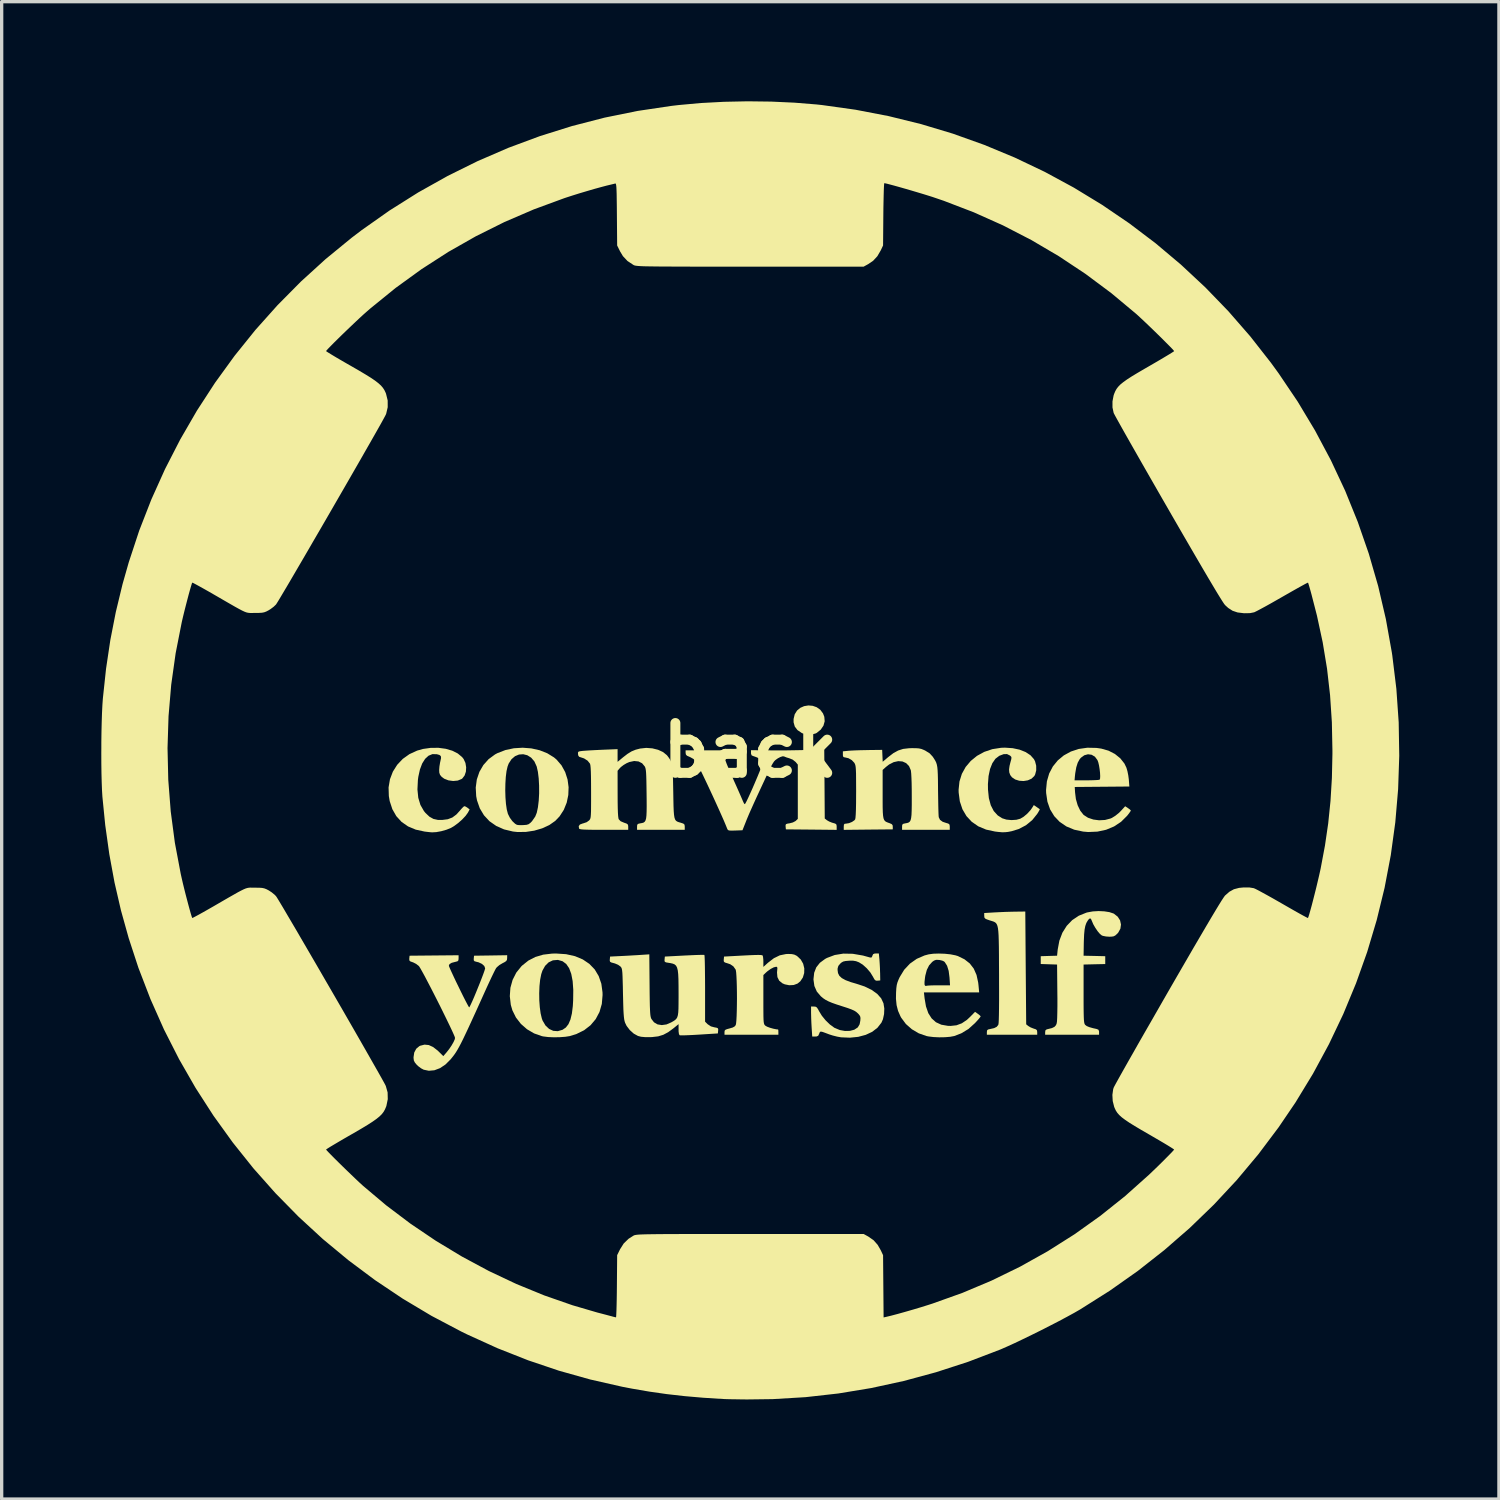
<source format=kicad_pcb>
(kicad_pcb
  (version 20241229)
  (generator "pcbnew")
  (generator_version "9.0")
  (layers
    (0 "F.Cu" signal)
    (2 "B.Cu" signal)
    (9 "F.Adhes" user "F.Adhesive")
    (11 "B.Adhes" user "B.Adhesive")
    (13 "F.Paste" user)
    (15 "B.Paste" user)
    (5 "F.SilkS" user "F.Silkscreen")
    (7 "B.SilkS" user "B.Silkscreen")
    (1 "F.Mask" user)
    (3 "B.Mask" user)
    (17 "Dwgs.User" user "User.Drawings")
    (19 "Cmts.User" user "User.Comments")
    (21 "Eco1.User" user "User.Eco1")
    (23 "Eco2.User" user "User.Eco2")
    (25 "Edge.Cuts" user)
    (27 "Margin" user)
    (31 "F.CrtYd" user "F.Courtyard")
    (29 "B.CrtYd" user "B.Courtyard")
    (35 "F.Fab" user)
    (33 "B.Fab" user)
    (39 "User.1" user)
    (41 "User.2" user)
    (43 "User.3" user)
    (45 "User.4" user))
  (footprint "back"
    (layer "F.Cu")
    (at 19.534 19.54)
    (property "Reference" "back" (at 0 0 0) (layer "F.SilkS") (effects (font (size 1.5 1.5) (thickness 0.3))))
    (attr board_only exclude_from_pos_files exclude_from_bom)
    (fp_poly (pts (xy -3.243 -6.998) (xy -3.071 -6.978) (xy -2.98 -6.958) (xy -2.667 -6.846) (xy -2.381 -6.69) (xy -2.127 -6.494) (xy -1.907 -6.26) (xy -1.753 -6.037) (xy -1.611 -5.749) (xy -1.519 -5.452) (xy -1.475 -5.15) (xy -1.478 -4.848) (xy -1.526 -4.552) (xy -1.617 -4.267) (xy -1.75 -3.997) (xy -1.924 -3.747) (xy -2.137 -3.523) (xy -2.387 -3.33) (xy -2.597 -3.209) (xy -2.821 -3.119) (xy -3.075 -3.056) (xy -3.343 -3.021) (xy -3.607 -3.016) (xy -3.844 -3.042) (xy -4.142 -3.123) (xy -4.416 -3.248) (xy -4.672 -3.419) (xy -4.88 -3.604) (xy -5.089 -3.842) (xy -5.251 -4.092) (xy -5.367 -4.363) (xy -5.441 -4.645) (xy -5.475 -4.961) (xy -5.46 -5.271) (xy -5.397 -5.57) (xy -5.289 -5.854) (xy -5.14 -6.118) (xy -4.952 -6.357) (xy -4.728 -6.568) (xy -4.47 -6.745) (xy -4.182 -6.885) (xy -3.961 -6.958) (xy -3.814 -6.986) (xy -3.632 -7.002) (xy -3.436 -7.006)) (stroke (width 0) (type solid)) (fill yes) (layer "F.Mask"))
    (fp_poly (pts (xy 3.568 -7.006) (xy 3.777 -6.989) (xy 3.961 -6.957) (xy 3.998 -6.947) (xy 4.304 -6.833) (xy 4.583 -6.677) (xy 4.831 -6.481) (xy 5.045 -6.25) (xy 5.22 -5.988) (xy 5.353 -5.7) (xy 5.439 -5.389) (xy 5.441 -5.382) (xy 5.475 -5.062) (xy 5.458 -4.743) (xy 5.388 -4.43) (xy 5.266 -4.125) (xy 5.183 -3.97) (xy 5.102 -3.855) (xy 4.991 -3.724) (xy 4.862 -3.589) (xy 4.727 -3.463) (xy 4.6 -3.359) (xy 4.516 -3.302) (xy 4.228 -3.161) (xy 3.925 -3.065) (xy 3.617 -3.015) (xy 3.311 -3.013) (xy 3.205 -3.024) (xy 2.894 -3.093) (xy 2.606 -3.206) (xy 2.342 -3.36) (xy 2.108 -3.55) (xy 1.904 -3.771) (xy 1.736 -4.02) (xy 1.606 -4.29) (xy 1.518 -4.579) (xy 1.475 -4.882) (xy 1.48 -5.194) (xy 1.5 -5.342) (xy 1.582 -5.663) (xy 1.709 -5.958) (xy 1.878 -6.225) (xy 2.087 -6.46) (xy 2.333 -6.659) (xy 2.612 -6.821) (xy 2.922 -6.941) (xy 2.98 -6.958) (xy 3.151 -6.991) (xy 3.353 -7.006)) (stroke (width 0) (type solid)) (fill yes) (layer "F.Mask"))
    (fp_poly (pts (xy 0.218 -13.011) (xy 0.402 -12.99) (xy 0.57 -12.951) (xy 0.74 -12.889) (xy 0.865 -12.833) (xy 1.142 -12.672) (xy 1.385 -12.472) (xy 1.592 -12.239) (xy 1.76 -11.976) (xy 1.884 -11.689) (xy 1.964 -11.382) (xy 1.994 -11.06) (xy 1.995 -11.024) (xy 1.976 -10.733) (xy 1.918 -10.46) (xy 1.816 -10.189) (xy 1.777 -10.107) (xy 1.717 -9.996) (xy 1.654 -9.899) (xy 1.577 -9.803) (xy 1.475 -9.692) (xy 1.411 -9.627) (xy 1.203 -9.438) (xy 0.997 -9.293) (xy 0.779 -9.182) (xy 0.536 -9.099) (xy 0.532 -9.098) (xy 0.372 -9.064) (xy 0.187 -9.04) (xy -0.003 -9.028) (xy -0.176 -9.03) (xy -0.28 -9.041) (xy -0.577 -9.108) (xy -0.844 -9.211) (xy -1.091 -9.355) (xy -1.327 -9.546) (xy -1.411 -9.627) (xy -1.529 -9.749) (xy -1.618 -9.851) (xy -1.687 -9.946) (xy -1.747 -10.048) (xy -1.777 -10.107) (xy -1.894 -10.386) (xy -1.965 -10.662) (xy -1.994 -10.951) (xy -1.995 -11.017) (xy -1.977 -11.309) (xy -1.923 -11.576) (xy -1.827 -11.837) (xy -1.81 -11.875) (xy -1.651 -12.154) (xy -1.452 -12.403) (xy -1.217 -12.616) (xy -0.953 -12.789) (xy -0.87 -12.831) (xy -0.688 -12.91) (xy -0.521 -12.965) (xy -0.35 -12.998) (xy -0.159 -13.014) (xy 0 -13.017)) (stroke (width 0) (type solid)) (fill yes) (layer "F.Mask"))
    (fp_poly (pts (xy 1.883 -1.34) (xy 2.005 -1.297) (xy 2.112 -1.221) (xy 2.194 -1.112) (xy 2.234 -1.009) (xy 2.245 -0.874) (xy 2.208 -0.742) (xy 2.127 -0.623) (xy 2.009 -0.527) (xy 1.977 -0.509) (xy 1.897 -0.487) (xy 1.789 -0.48) (xy 1.676 -0.488) (xy 1.58 -0.51) (xy 1.556 -0.521) (xy 1.426 -0.609) (xy 1.345 -0.715) (xy 1.309 -0.843) (xy 1.309 -0.944) (xy 1.343 -1.085) (xy 1.413 -1.197) (xy 1.511 -1.279) (xy 1.627 -1.33) (xy 1.755 -1.351)) (stroke (width 0) (type solid)) (fill yes) (layer "F.SilkS"))
    (fp_poly (pts (xy 8.298 6.552) (xy 8.312 8.25) (xy 8.374 8.3) (xy 8.442 8.341) (xy 8.527 8.375) (xy 8.54 8.379) (xy 8.608 8.402) (xy 8.637 8.433) (xy 8.644 8.485) (xy 8.644 8.564) (xy 7.886 8.564) (xy 7.128 8.564) (xy 7.128 8.486) (xy 7.134 8.433) (xy 7.163 8.406) (xy 7.228 8.391) (xy 7.347 8.364) (xy 7.423 8.326) (xy 7.468 8.272) (xy 7.475 8.255) (xy 7.482 8.21) (xy 7.487 8.114) (xy 7.491 7.967) (xy 7.494 7.772) (xy 7.496 7.53) (xy 7.496 7.243) (xy 7.495 6.912) (xy 7.495 6.753) (xy 7.493 6.428) (xy 7.492 6.152) (xy 7.49 5.92) (xy 7.486 5.729) (xy 7.481 5.574) (xy 7.473 5.452) (xy 7.462 5.357) (xy 7.446 5.286) (xy 7.425 5.235) (xy 7.399 5.199) (xy 7.366 5.174) (xy 7.326 5.155) (xy 7.279 5.14) (xy 7.222 5.123) (xy 7.213 5.12) (xy 7.124 5.089) (xy 7.075 5.064) (xy 7.054 5.034) (xy 7.049 4.99) (xy 7.049 4.983) (xy 7.048 4.899) (xy 7.347 4.881) (xy 7.507 4.873) (xy 7.692 4.865) (xy 7.873 4.86) (xy 7.966 4.858) (xy 8.285 4.854)) (stroke (width 0) (type solid)) (fill yes) (layer "F.SilkS"))
    (fp_poly (pts (xy -5.54 6.138) (xy -5.272 6.198) (xy -5.038 6.296) (xy -4.84 6.43) (xy -4.679 6.597) (xy -4.559 6.797) (xy -4.479 7.028) (xy -4.444 7.287) (xy -4.442 7.368) (xy -4.465 7.636) (xy -4.535 7.879) (xy -4.649 8.093) (xy -4.804 8.277) (xy -4.998 8.428) (xy -5.23 8.542) (xy -5.43 8.604) (xy -5.565 8.625) (xy -5.73 8.637) (xy -5.908 8.64) (xy -6.078 8.633) (xy -6.223 8.615) (xy -6.268 8.606) (xy -6.504 8.523) (xy -6.717 8.398) (xy -6.901 8.237) (xy -7.05 8.045) (xy -7.157 7.829) (xy -7.205 7.665) (xy -7.235 7.403) (xy -7.229 7.315) (xy -6.35 7.315) (xy -6.347 7.53) (xy -6.332 7.736) (xy -6.307 7.921) (xy -6.271 8.073) (xy -6.248 8.137) (xy -6.161 8.285) (xy -6.052 8.388) (xy -5.927 8.446) (xy -5.791 8.456) (xy -5.649 8.415) (xy -5.647 8.414) (xy -5.549 8.347) (xy -5.47 8.246) (xy -5.41 8.107) (xy -5.366 7.926) (xy -5.338 7.701) (xy -5.328 7.527) (xy -5.324 7.214) (xy -5.343 6.949) (xy -5.385 6.731) (xy -5.449 6.56) (xy -5.536 6.433) (xy -5.646 6.351) (xy -5.781 6.312) (xy -5.795 6.311) (xy -5.938 6.323) (xy -6.066 6.384) (xy -6.172 6.489) (xy -6.253 6.634) (xy -6.289 6.742) (xy -6.322 6.909) (xy -6.342 7.104) (xy -6.35 7.315) (xy -7.229 7.315) (xy -7.217 7.15) (xy -7.151 6.912) (xy -7.04 6.693) (xy -6.885 6.501) (xy -6.863 6.48) (xy -6.675 6.33) (xy -6.466 6.222) (xy -6.229 6.152) (xy -5.96 6.12) (xy -5.839 6.118)) (stroke (width 0) (type solid)) (fill yes) (layer "F.SilkS"))
    (fp_poly (pts (xy -6.587 -0.058) (xy -6.337 -0.002) (xy -6.107 0.089) (xy -5.906 0.213) (xy -5.829 0.278) (xy -5.678 0.454) (xy -5.567 0.657) (xy -5.496 0.879) (xy -5.465 1.111) (xy -5.474 1.346) (xy -5.522 1.576) (xy -5.61 1.793) (xy -5.737 1.989) (xy -5.867 2.125) (xy -6.045 2.25) (xy -6.26 2.349) (xy -6.499 2.419) (xy -6.75 2.457) (xy -7.004 2.46) (xy -7.14 2.445) (xy -7.409 2.381) (xy -7.645 2.276) (xy -7.848 2.134) (xy -8.013 1.956) (xy -8.139 1.746) (xy -8.223 1.506) (xy -8.247 1.38) (xy -8.256 1.209) (xy -7.372 1.209) (xy -7.366 1.417) (xy -7.351 1.611) (xy -7.327 1.778) (xy -7.294 1.906) (xy -7.291 1.916) (xy -7.234 2.029) (xy -7.159 2.132) (xy -7.076 2.211) (xy -7.022 2.243) (xy -6.974 2.251) (xy -6.894 2.253) (xy -6.825 2.251) (xy -6.732 2.244) (xy -6.67 2.225) (xy -6.616 2.185) (xy -6.567 2.135) (xy -6.469 1.994) (xy -6.423 1.879) (xy -6.388 1.714) (xy -6.364 1.513) (xy -6.352 1.292) (xy -6.353 1.064) (xy -6.365 0.845) (xy -6.389 0.649) (xy -6.425 0.49) (xy -6.426 0.486) (xy -6.496 0.333) (xy -6.593 0.221) (xy -6.707 0.149) (xy -6.831 0.118) (xy -6.958 0.127) (xy -7.078 0.177) (xy -7.184 0.268) (xy -7.269 0.399) (xy -7.302 0.487) (xy -7.334 0.626) (xy -7.356 0.802) (xy -7.368 1) (xy -7.372 1.209) (xy -8.256 1.209) (xy -8.261 1.123) (xy -8.228 0.877) (xy -8.15 0.648) (xy -8.031 0.443) (xy -7.873 0.266) (xy -7.68 0.124) (xy -7.607 0.085) (xy -7.367 -0.008) (xy -7.112 -0.062) (xy -6.849 -0.078)) (stroke (width 0) (type solid)) (fill yes) (layer "F.SilkS"))
    (fp_poly (pts (xy 7.906 -0.064) (xy 8.115 -0.019) (xy 8.296 0.053) (xy 8.441 0.149) (xy 8.545 0.266) (xy 8.579 0.332) (xy 8.613 0.464) (xy 8.614 0.602) (xy 8.582 0.726) (xy 8.557 0.774) (xy 8.473 0.854) (xy 8.361 0.904) (xy 8.233 0.925) (xy 8.102 0.916) (xy 7.981 0.878) (xy 7.883 0.812) (xy 7.833 0.746) (xy 7.803 0.666) (xy 7.796 0.577) (xy 7.811 0.467) (xy 7.837 0.363) (xy 7.861 0.276) (xy 7.869 0.224) (xy 7.86 0.192) (xy 7.833 0.165) (xy 7.821 0.156) (xy 7.735 0.113) (xy 7.633 0.116) (xy 7.508 0.163) (xy 7.501 0.166) (xy 7.386 0.254) (xy 7.293 0.388) (xy 7.224 0.562) (xy 7.179 0.774) (xy 7.16 1.019) (xy 7.162 1.184) (xy 7.188 1.44) (xy 7.246 1.655) (xy 7.335 1.828) (xy 7.456 1.961) (xy 7.589 2.046) (xy 7.716 2.086) (xy 7.867 2.101) (xy 8.018 2.091) (xy 8.133 2.06) (xy 8.235 2) (xy 8.344 1.908) (xy 8.442 1.801) (xy 8.488 1.735) (xy 8.542 1.649) (xy 8.626 1.707) (xy 8.683 1.746) (xy 8.717 1.77) (xy 8.721 1.772) (xy 8.713 1.797) (xy 8.682 1.852) (xy 8.644 1.914) (xy 8.494 2.101) (xy 8.306 2.255) (xy 8.09 2.369) (xy 7.88 2.434) (xy 7.769 2.456) (xy 7.676 2.466) (xy 7.583 2.467) (xy 7.47 2.457) (xy 7.372 2.445) (xy 7.105 2.387) (xy 6.871 2.289) (xy 6.674 2.153) (xy 6.514 1.981) (xy 6.393 1.775) (xy 6.314 1.538) (xy 6.279 1.271) (xy 6.277 1.187) (xy 6.303 0.939) (xy 6.375 0.709) (xy 6.49 0.501) (xy 6.644 0.319) (xy 6.832 0.166) (xy 7.05 0.047) (xy 7.293 -0.035) (xy 7.558 -0.076) (xy 7.673 -0.08)) (stroke (width 0) (type solid)) (fill yes) (layer "F.SilkS"))
    (fp_poly (pts (xy -9.165 -0.046) (xy -8.969 0.011) (xy -8.802 0.095) (xy -8.672 0.203) (xy -8.626 0.261) (xy -8.571 0.38) (xy -8.549 0.511) (xy -8.557 0.642) (xy -8.596 0.758) (xy -8.663 0.846) (xy -8.685 0.863) (xy -8.802 0.911) (xy -8.94 0.924) (xy -9.082 0.905) (xy -9.21 0.855) (xy -9.287 0.798) (xy -9.336 0.738) (xy -9.358 0.672) (xy -9.362 0.594) (xy -9.354 0.488) (xy -9.335 0.371) (xy -9.325 0.327) (xy -9.305 0.232) (xy -9.312 0.174) (xy -9.353 0.14) (xy -9.434 0.117) (xy -9.435 0.117) (xy -9.566 0.115) (xy -9.683 0.163) (xy -9.786 0.258) (xy -9.873 0.397) (xy -9.941 0.577) (xy -9.989 0.795) (xy -10.002 0.892) (xy -10.016 1.178) (xy -9.991 1.429) (xy -9.926 1.645) (xy -9.821 1.828) (xy -9.773 1.887) (xy -9.654 1.999) (xy -9.534 2.066) (xy -9.398 2.096) (xy -9.271 2.097) (xy -9.102 2.075) (xy -8.965 2.023) (xy -8.845 1.934) (xy -8.753 1.833) (xy -8.69 1.76) (xy -8.638 1.706) (xy -8.607 1.683) (xy -8.607 1.682) (xy -8.567 1.693) (xy -8.512 1.727) (xy -8.511 1.728) (xy -8.445 1.779) (xy -8.495 1.874) (xy -8.565 1.972) (xy -8.668 2.082) (xy -8.79 2.19) (xy -8.918 2.284) (xy -9.008 2.337) (xy -9.142 2.391) (xy -9.296 2.435) (xy -9.449 2.463) (xy -9.575 2.47) (xy -9.637 2.465) (xy -9.729 2.455) (xy -9.802 2.446) (xy -10.068 2.388) (xy -10.299 2.291) (xy -10.494 2.155) (xy -10.652 1.982) (xy -10.771 1.773) (xy -10.851 1.53) (xy -10.877 1.377) (xy -10.885 1.118) (xy -10.843 0.871) (xy -10.756 0.643) (xy -10.627 0.438) (xy -10.46 0.26) (xy -10.258 0.116) (xy -10.025 0.009) (xy -9.848 -0.041) (xy -9.613 -0.074) (xy -9.382 -0.075)) (stroke (width 0) (type solid)) (fill yes) (layer "F.SilkS"))
    (fp_poly (pts (xy 10.429 -0.072) (xy 10.574 -0.051) (xy 10.791 0.011) (xy 10.983 0.11) (xy 11.145 0.241) (xy 11.269 0.398) (xy 11.329 0.522) (xy 11.36 0.628) (xy 11.386 0.758) (xy 11.402 0.881) (xy 11.418 1.09) (xy 10.596 1.097) (xy 9.774 1.104) (xy 9.783 1.263) (xy 9.808 1.467) (xy 9.862 1.655) (xy 9.939 1.816) (xy 10.034 1.937) (xy 10.044 1.947) (xy 10.173 2.03) (xy 10.333 2.084) (xy 10.508 2.107) (xy 10.685 2.097) (xy 10.849 2.054) (xy 10.891 2.036) (xy 10.993 1.973) (xy 11.101 1.887) (xy 11.163 1.825) (xy 11.292 1.684) (xy 11.377 1.74) (xy 11.432 1.78) (xy 11.461 1.81) (xy 11.463 1.814) (xy 11.447 1.843) (xy 11.407 1.9) (xy 11.35 1.972) (xy 11.17 2.151) (xy 10.958 2.292) (xy 10.718 2.392) (xy 10.457 2.448) (xy 10.18 2.46) (xy 10.027 2.447) (xy 9.759 2.39) (xy 9.523 2.292) (xy 9.322 2.156) (xy 9.158 1.984) (xy 9.033 1.78) (xy 8.951 1.547) (xy 8.913 1.287) (xy 8.91 1.198) (xy 8.935 0.937) (xy 8.944 0.904) (xy 9.768 0.904) (xy 10.13 0.904) (xy 10.265 0.902) (xy 10.382 0.898) (xy 10.47 0.893) (xy 10.519 0.886) (xy 10.523 0.884) (xy 10.537 0.848) (xy 10.54 0.773) (xy 10.535 0.674) (xy 10.522 0.562) (xy 10.504 0.452) (xy 10.481 0.357) (xy 10.457 0.294) (xy 10.381 0.192) (xy 10.282 0.134) (xy 10.173 0.119) (xy 10.062 0.149) (xy 9.96 0.223) (xy 9.921 0.269) (xy 9.863 0.374) (xy 9.82 0.511) (xy 9.789 0.689) (xy 9.779 0.778) (xy 9.768 0.904) (xy 8.944 0.904) (xy 9.004 0.698) (xy 9.115 0.486) (xy 9.264 0.303) (xy 9.445 0.153) (xy 9.657 0.037) (xy 9.894 -0.041) (xy 10.153 -0.078)) (stroke (width 0) (type solid)) (fill yes) (layer "F.SilkS"))
    (fp_poly (pts (xy 10.663 4.848) (xy 10.817 4.872) (xy 10.938 4.912) (xy 10.956 4.921) (xy 11.068 5.01) (xy 11.139 5.121) (xy 11.166 5.245) (xy 11.148 5.371) (xy 11.083 5.489) (xy 11.051 5.524) (xy 10.993 5.576) (xy 10.939 5.602) (xy 10.866 5.611) (xy 10.813 5.612) (xy 10.714 5.605) (xy 10.624 5.587) (xy 10.587 5.573) (xy 10.529 5.525) (xy 10.461 5.444) (xy 10.392 5.342) (xy 10.331 5.236) (xy 10.291 5.141) (xy 10.262 5.075) (xy 10.231 5.059) (xy 10.19 5.093) (xy 10.165 5.127) (xy 10.123 5.199) (xy 10.092 5.287) (xy 10.07 5.399) (xy 10.056 5.545) (xy 10.048 5.732) (xy 10.046 5.803) (xy 10.04 6.184) (xy 10.366 6.191) (xy 10.692 6.199) (xy 10.692 6.317) (xy 10.692 6.435) (xy 10.366 6.442) (xy 10.04 6.45) (xy 10.04 7.331) (xy 10.04 7.573) (xy 10.041 7.766) (xy 10.043 7.918) (xy 10.046 8.034) (xy 10.05 8.119) (xy 10.056 8.178) (xy 10.064 8.219) (xy 10.074 8.245) (xy 10.086 8.264) (xy 10.088 8.266) (xy 10.135 8.302) (xy 10.211 8.334) (xy 10.325 8.366) (xy 10.433 8.39) (xy 10.486 8.412) (xy 10.505 8.458) (xy 10.506 8.485) (xy 10.506 8.564) (xy 9.695 8.564) (xy 8.883 8.564) (xy 8.883 8.487) (xy 8.891 8.431) (xy 8.927 8.403) (xy 8.97 8.392) (xy 9.087 8.363) (xy 9.163 8.326) (xy 9.209 8.275) (xy 9.23 8.222) (xy 9.239 8.163) (xy 9.245 8.054) (xy 9.249 7.899) (xy 9.252 7.699) (xy 9.252 7.458) (xy 9.25 7.288) (xy 9.242 6.45) (xy 8.996 6.442) (xy 8.75 6.434) (xy 8.75 6.317) (xy 8.75 6.199) (xy 8.996 6.191) (xy 9.242 6.184) (xy 9.261 5.998) (xy 9.311 5.731) (xy 9.402 5.492) (xy 9.532 5.285) (xy 9.697 5.113) (xy 9.896 4.98) (xy 10.124 4.888) (xy 10.159 4.879) (xy 10.319 4.85) (xy 10.492 4.84)) (stroke (width 0) (type solid)) (fill yes) (layer "F.SilkS"))
    (fp_poly (pts (xy 5.861 6.125) (xy 6.033 6.143) (xy 6.181 6.172) (xy 6.254 6.194) (xy 6.454 6.292) (xy 6.613 6.417) (xy 6.733 6.573) (xy 6.817 6.764) (xy 6.867 6.994) (xy 6.877 7.083) (xy 6.896 7.288) (xy 6.065 7.288) (xy 5.233 7.288) (xy 5.253 7.467) (xy 5.295 7.712) (xy 5.365 7.914) (xy 5.465 8.071) (xy 5.595 8.187) (xy 5.756 8.261) (xy 5.95 8.295) (xy 6.036 8.298) (xy 6.213 8.279) (xy 6.374 8.219) (xy 6.528 8.115) (xy 6.626 8.023) (xy 6.772 7.874) (xy 6.856 7.933) (xy 6.911 7.976) (xy 6.94 8.007) (xy 6.941 8.012) (xy 6.924 8.038) (xy 6.879 8.094) (xy 6.812 8.168) (xy 6.769 8.214) (xy 6.572 8.391) (xy 6.357 8.521) (xy 6.146 8.602) (xy 6.024 8.625) (xy 5.867 8.638) (xy 5.694 8.641) (xy 5.521 8.633) (xy 5.368 8.614) (xy 5.31 8.602) (xy 5.078 8.521) (xy 4.869 8.398) (xy 4.69 8.24) (xy 4.55 8.052) (xy 4.527 8.01) (xy 4.454 7.845) (xy 4.41 7.673) (xy 4.391 7.481) (xy 4.394 7.295) (xy 4.402 7.164) (xy 4.415 7.066) (xy 4.438 6.981) (xy 4.442 6.972) (xy 5.251 6.972) (xy 5.251 7.051) (xy 5.267 7.089) (xy 5.3 7.093) (xy 5.311 7.09) (xy 5.352 7.084) (xy 5.434 7.079) (xy 5.546 7.076) (xy 5.676 7.075) (xy 5.685 7.075) (xy 6.019 7.075) (xy 6.003 6.838) (xy 5.978 6.641) (xy 5.931 6.488) (xy 5.863 6.38) (xy 5.84 6.358) (xy 5.788 6.333) (xy 5.709 6.314) (xy 5.684 6.311) (xy 5.6 6.308) (xy 5.537 6.331) (xy 5.483 6.37) (xy 5.388 6.476) (xy 5.32 6.612) (xy 5.274 6.787) (xy 5.265 6.848) (xy 5.251 6.972) (xy 4.442 6.972) (xy 4.475 6.89) (xy 4.505 6.826) (xy 4.639 6.607) (xy 4.811 6.423) (xy 5.017 6.278) (xy 5.252 6.176) (xy 5.376 6.143) (xy 5.515 6.124) (xy 5.682 6.119)) (stroke (width 0) (type solid)) (fill yes) (layer "F.SilkS"))
    (fp_poly (pts (xy 1.254 6.135) (xy 1.331 6.151) (xy 1.398 6.184) (xy 1.417 6.197) (xy 1.525 6.299) (xy 1.597 6.425) (xy 1.631 6.565) (xy 1.628 6.706) (xy 1.588 6.84) (xy 1.511 6.955) (xy 1.426 7.024) (xy 1.312 7.066) (xy 1.178 7.073) (xy 1.044 7.046) (xy 0.971 7.014) (xy 0.875 6.935) (xy 0.822 6.828) (xy 0.81 6.69) (xy 0.814 6.643) (xy 0.821 6.565) (xy 0.814 6.527) (xy 0.79 6.516) (xy 0.786 6.516) (xy 0.712 6.534) (xy 0.619 6.582) (xy 0.523 6.651) (xy 0.485 6.684) (xy 0.399 6.766) (xy 0.399 7.501) (xy 0.399 7.718) (xy 0.4 7.887) (xy 0.401 8.017) (xy 0.404 8.111) (xy 0.409 8.178) (xy 0.417 8.223) (xy 0.427 8.253) (xy 0.441 8.273) (xy 0.459 8.291) (xy 0.459 8.291) (xy 0.511 8.321) (xy 0.596 8.353) (xy 0.696 8.381) (xy 0.789 8.4) (xy 0.843 8.405) (xy 0.849 8.428) (xy 0.851 8.484) (xy 0.851 8.484) (xy 0.851 8.564) (xy 0.04 8.564) (xy -0.771 8.564) (xy -0.771 8.487) (xy -0.767 8.443) (xy -0.746 8.416) (xy -0.697 8.395) (xy -0.619 8.374) (xy -0.521 8.345) (xy -0.462 8.31) (xy -0.433 8.272) (xy -0.422 8.222) (xy -0.413 8.128) (xy -0.406 7.998) (xy -0.401 7.841) (xy -0.398 7.664) (xy -0.396 7.478) (xy -0.397 7.289) (xy -0.4 7.107) (xy -0.405 6.94) (xy -0.412 6.797) (xy -0.42 6.687) (xy -0.431 6.617) (xy -0.436 6.601) (xy -0.504 6.505) (xy -0.598 6.441) (xy -0.686 6.411) (xy -0.757 6.389) (xy -0.789 6.364) (xy -0.795 6.322) (xy -0.793 6.295) (xy -0.785 6.21) (xy -0.213 6.179) (xy -0.014 6.169) (xy 0.138 6.163) (xy 0.248 6.161) (xy 0.321 6.163) (xy 0.363 6.17) (xy 0.378 6.179) (xy 0.389 6.221) (xy 0.397 6.298) (xy 0.399 6.366) (xy 0.399 6.521) (xy 0.539 6.395) (xy 0.717 6.258) (xy 0.895 6.172) (xy 1.081 6.134) (xy 1.146 6.131)) (stroke (width 0) (type solid)) (fill yes) (layer "F.SilkS"))
    (fp_poly (pts (xy -3.027 7.068) (xy -3.025 7.318) (xy -3.022 7.521) (xy -3.019 7.682) (xy -3.014 7.807) (xy -3.009 7.901) (xy -3.003 7.971) (xy -2.994 8.022) (xy -2.984 8.059) (xy -2.972 8.087) (xy -2.894 8.189) (xy -2.787 8.252) (xy -2.659 8.273) (xy -2.517 8.253) (xy -2.376 8.192) (xy -2.311 8.155) (xy -2.26 8.121) (xy -2.222 8.084) (xy -2.194 8.038) (xy -2.175 7.975) (xy -2.163 7.889) (xy -2.157 7.772) (xy -2.155 7.62) (xy -2.154 7.423) (xy -2.154 7.321) (xy -2.155 7.081) (xy -2.158 6.889) (xy -2.165 6.739) (xy -2.178 6.626) (xy -2.199 6.543) (xy -2.229 6.485) (xy -2.271 6.447) (xy -2.327 6.423) (xy -2.397 6.407) (xy -2.455 6.398) (xy -2.531 6.385) (xy -2.568 6.367) (xy -2.577 6.334) (xy -2.575 6.295) (xy -2.567 6.21) (xy -1.982 6.179) (xy -1.811 6.171) (xy -1.658 6.164) (xy -1.53 6.16) (xy -1.437 6.158) (xy -1.385 6.159) (xy -1.377 6.161) (xy -1.372 6.189) (xy -1.368 6.265) (xy -1.364 6.382) (xy -1.361 6.535) (xy -1.359 6.717) (xy -1.357 6.923) (xy -1.356 7.147) (xy -1.356 7.171) (xy -1.356 8.169) (xy -1.281 8.245) (xy -1.18 8.312) (xy -1.08 8.339) (xy -1.005 8.353) (xy -0.969 8.371) (xy -0.96 8.405) (xy -0.963 8.441) (xy -0.971 8.524) (xy -1.527 8.559) (xy -1.695 8.569) (xy -1.846 8.576) (xy -1.972 8.581) (xy -2.064 8.582) (xy -2.113 8.581) (xy -2.119 8.58) (xy -2.142 8.546) (xy -2.153 8.466) (xy -2.154 8.405) (xy -2.154 8.244) (xy -2.307 8.369) (xy -2.466 8.486) (xy -2.614 8.565) (xy -2.768 8.612) (xy -2.946 8.633) (xy -3.005 8.636) (xy -3.164 8.635) (xy -3.284 8.624) (xy -3.376 8.6) (xy -3.503 8.53) (xy -3.622 8.423) (xy -3.719 8.296) (xy -3.764 8.203) (xy -3.779 8.156) (xy -3.791 8.1) (xy -3.8 8.028) (xy -3.808 7.932) (xy -3.815 7.807) (xy -3.82 7.646) (xy -3.825 7.441) (xy -3.828 7.323) (xy -3.832 7.104) (xy -3.837 6.932) (xy -3.841 6.8) (xy -3.846 6.702) (xy -3.853 6.633) (xy -3.861 6.585) (xy -3.872 6.553) (xy -3.886 6.529) (xy -3.904 6.509) (xy -3.906 6.507) (xy -3.974 6.458) (xy -4.068 6.418) (xy -4.1 6.409) (xy -4.178 6.388) (xy -4.215 6.367) (xy -4.226 6.333) (xy -4.224 6.294) (xy -4.216 6.21) (xy -3.87 6.193) (xy -3.71 6.185) (xy -3.541 6.175) (xy -3.385 6.166) (xy -3.28 6.159) (xy -3.035 6.143)) (stroke (width 0) (type solid)) (fill yes) (layer "F.SilkS"))
    (fp_poly (pts (xy 3.893 6.297) (xy 3.901 6.415) (xy 3.909 6.557) (xy 3.913 6.693) (xy 3.914 6.702) (xy 3.918 6.928) (xy 3.84 6.936) (xy 3.791 6.935) (xy 3.755 6.913) (xy 3.72 6.857) (xy 3.702 6.822) (xy 3.622 6.691) (xy 3.513 6.563) (xy 3.392 6.454) (xy 3.278 6.383) (xy 3.19 6.349) (xy 3.102 6.334) (xy 2.989 6.334) (xy 2.974 6.335) (xy 2.871 6.344) (xy 2.802 6.36) (xy 2.749 6.391) (xy 2.714 6.422) (xy 2.657 6.49) (xy 2.635 6.564) (xy 2.633 6.611) (xy 2.646 6.707) (xy 2.686 6.788) (xy 2.761 6.858) (xy 2.874 6.92) (xy 3.031 6.979) (xy 3.192 7.026) (xy 3.447 7.11) (xy 3.659 7.213) (xy 3.826 7.333) (xy 3.946 7.468) (xy 4.016 7.618) (xy 4.016 7.62) (xy 4.04 7.774) (xy 4.033 7.94) (xy 3.999 8.097) (xy 3.953 8.201) (xy 3.834 8.353) (xy 3.675 8.476) (xy 3.48 8.567) (xy 3.254 8.627) (xy 3.004 8.652) (xy 2.739 8.641) (xy 2.621 8.62) (xy 2.486 8.586) (xy 2.38 8.552) (xy 2.261 8.507) (xy 2.183 8.479) (xy 2.135 8.469) (xy 2.108 8.475) (xy 2.093 8.497) (xy 2.079 8.535) (xy 2.079 8.535) (xy 2.051 8.593) (xy 2.006 8.615) (xy 1.96 8.617) (xy 1.87 8.617) (xy 1.853 8.358) (xy 1.845 8.217) (xy 1.839 8.069) (xy 1.836 7.939) (xy 1.835 7.906) (xy 1.835 7.713) (xy 1.922 7.714) (xy 1.974 7.72) (xy 2.011 7.744) (xy 2.047 7.798) (xy 2.075 7.852) (xy 2.159 7.99) (xy 2.273 8.13) (xy 2.403 8.256) (xy 2.532 8.35) (xy 2.552 8.361) (xy 2.701 8.422) (xy 2.856 8.45) (xy 3.005 8.447) (xy 3.137 8.412) (xy 3.238 8.345) (xy 3.244 8.339) (xy 3.297 8.249) (xy 3.318 8.14) (xy 3.323 8.057) (xy 3.31 8.001) (xy 3.272 7.949) (xy 3.24 7.916) (xy 3.192 7.874) (xy 3.132 7.837) (xy 3.051 7.801) (xy 2.937 7.759) (xy 2.791 7.712) (xy 2.608 7.653) (xy 2.466 7.603) (xy 2.357 7.557) (xy 2.271 7.512) (xy 2.198 7.463) (xy 2.129 7.405) (xy 2.008 7.263) (xy 1.935 7.096) (xy 1.908 6.904) (xy 1.908 6.889) (xy 1.929 6.697) (xy 1.992 6.534) (xy 2.101 6.397) (xy 2.257 6.282) (xy 2.314 6.251) (xy 2.548 6.163) (xy 2.806 6.121) (xy 3.09 6.126) (xy 3.398 6.179) (xy 3.607 6.237) (xy 3.652 6.24) (xy 3.676 6.203) (xy 3.681 6.186) (xy 3.703 6.138) (xy 3.748 6.119) (xy 3.787 6.117) (xy 3.876 6.117)) (stroke (width 0) (type solid)) (fill yes) (layer "F.SilkS"))
    (fp_poly (pts (xy -7.315 6.256) (xy -7.321 6.309) (xy -7.345 6.346) (xy -7.398 6.381) (xy -7.455 6.41) (xy -7.549 6.466) (xy -7.626 6.532) (xy -7.65 6.562) (xy -7.676 6.609) (xy -7.72 6.697) (xy -7.779 6.819) (xy -7.848 6.966) (xy -7.925 7.132) (xy -7.992 7.28) (xy -8.143 7.615) (xy -8.275 7.906) (xy -8.389 8.155) (xy -8.487 8.368) (xy -8.572 8.548) (xy -8.644 8.699) (xy -8.707 8.825) (xy -8.762 8.929) (xy -8.811 9.016) (xy -8.856 9.09) (xy -8.899 9.153) (xy -8.942 9.211) (xy -8.987 9.267) (xy -9.016 9.303) (xy -9.172 9.459) (xy -9.336 9.569) (xy -9.505 9.633) (xy -9.673 9.648) (xy -9.828 9.616) (xy -9.909 9.573) (xy -9.996 9.507) (xy -10.034 9.471) (xy -10.094 9.399) (xy -10.124 9.339) (xy -10.133 9.264) (xy -10.133 9.237) (xy -10.112 9.098) (xy -10.052 8.985) (xy -9.959 8.907) (xy -9.934 8.895) (xy -9.803 8.861) (xy -9.674 8.874) (xy -9.543 8.934) (xy -9.403 9.043) (xy -9.373 9.073) (xy -9.237 9.207) (xy -9.137 9.091) (xy -9.061 8.995) (xy -8.99 8.89) (xy -8.932 8.789) (xy -8.894 8.706) (xy -8.884 8.661) (xy -8.895 8.622) (xy -8.929 8.542) (xy -8.981 8.427) (xy -9.049 8.283) (xy -9.13 8.116) (xy -9.22 7.932) (xy -9.316 7.737) (xy -9.416 7.538) (xy -9.517 7.339) (xy -9.615 7.148) (xy -9.708 6.97) (xy -9.791 6.811) (xy -9.864 6.678) (xy -9.921 6.576) (xy -9.961 6.511) (xy -9.975 6.493) (xy -10.055 6.431) (xy -10.147 6.384) (xy -10.163 6.379) (xy -10.23 6.355) (xy -10.259 6.327) (xy -10.262 6.279) (xy -10.261 6.266) (xy -10.253 6.184) (xy -9.515 6.177) (xy -8.777 6.17) (xy -8.777 6.26) (xy -8.782 6.321) (xy -8.808 6.351) (xy -8.869 6.368) (xy -8.876 6.369) (xy -8.988 6.399) (xy -9.051 6.438) (xy -9.07 6.484) (xy -9.059 6.518) (xy -9.028 6.591) (xy -8.981 6.694) (xy -8.922 6.821) (xy -8.855 6.963) (xy -8.782 7.112) (xy -8.709 7.262) (xy -8.639 7.404) (xy -8.575 7.53) (xy -8.521 7.633) (xy -8.482 7.705) (xy -8.46 7.738) (xy -8.458 7.74) (xy -8.441 7.716) (xy -8.409 7.651) (xy -8.364 7.553) (xy -8.311 7.431) (xy -8.253 7.292) (xy -8.193 7.144) (xy -8.134 6.998) (xy -8.08 6.859) (xy -8.034 6.738) (xy -8 6.642) (xy -7.981 6.579) (xy -7.978 6.562) (xy -8.004 6.493) (xy -8.073 6.431) (xy -8.174 6.383) (xy -8.24 6.367) (xy -8.299 6.35) (xy -8.321 6.319) (xy -8.32 6.267) (xy -8.312 6.184) (xy -7.813 6.177) (xy -7.314 6.169)) (stroke (width 0) (type solid)) (fill yes) (layer "F.SilkS"))
    (fp_poly (pts (xy 4.993 -0.064) (xy 5.083 -0.057) (xy 5.156 -0.041) (xy 5.229 -0.012) (xy 5.273 0.009) (xy 5.406 0.092) (xy 5.499 0.193) (xy 5.5 0.195) (xy 5.543 0.26) (xy 5.577 0.316) (xy 5.603 0.371) (xy 5.622 0.432) (xy 5.636 0.507) (xy 5.645 0.602) (xy 5.651 0.724) (xy 5.655 0.881) (xy 5.657 1.081) (xy 5.658 1.21) (xy 5.661 1.407) (xy 5.664 1.588) (xy 5.667 1.746) (xy 5.671 1.875) (xy 5.675 1.965) (xy 5.679 2.011) (xy 5.679 2.013) (xy 5.718 2.094) (xy 5.798 2.152) (xy 5.893 2.184) (xy 5.966 2.206) (xy 6 2.231) (xy 6.01 2.275) (xy 6.011 2.304) (xy 6.011 2.394) (xy 5.293 2.394) (xy 4.575 2.394) (xy 4.575 2.304) (xy 4.579 2.246) (xy 4.603 2.216) (xy 4.661 2.201) (xy 4.68 2.198) (xy 4.734 2.187) (xy 4.776 2.172) (xy 4.808 2.146) (xy 4.832 2.104) (xy 4.848 2.038) (xy 4.859 1.944) (xy 4.864 1.816) (xy 4.867 1.647) (xy 4.867 1.432) (xy 4.867 1.389) (xy 4.866 1.174) (xy 4.863 0.982) (xy 4.857 0.82) (xy 4.85 0.696) (xy 4.841 0.615) (xy 4.838 0.599) (xy 4.784 0.474) (xy 4.698 0.386) (xy 4.588 0.336) (xy 4.46 0.326) (xy 4.323 0.356) (xy 4.184 0.427) (xy 4.092 0.499) (xy 3.99 0.591) (xy 3.99 1.317) (xy 3.99 1.545) (xy 3.991 1.725) (xy 3.995 1.865) (xy 4.003 1.969) (xy 4.016 2.045) (xy 4.036 2.097) (xy 4.064 2.133) (xy 4.102 2.157) (xy 4.15 2.177) (xy 4.189 2.19) (xy 4.258 2.219) (xy 4.289 2.252) (xy 4.295 2.303) (xy 4.295 2.38) (xy 3.557 2.387) (xy 2.819 2.395) (xy 2.819 2.301) (xy 2.824 2.238) (xy 2.846 2.212) (xy 2.887 2.208) (xy 2.978 2.193) (xy 3.069 2.156) (xy 3.14 2.107) (xy 3.163 2.079) (xy 3.172 2.033) (xy 3.18 1.935) (xy 3.186 1.787) (xy 3.19 1.591) (xy 3.191 1.347) (xy 3.192 1.245) (xy 3.191 1.02) (xy 3.19 0.841) (xy 3.189 0.704) (xy 3.185 0.6) (xy 3.18 0.524) (xy 3.173 0.469) (xy 3.163 0.43) (xy 3.15 0.4) (xy 3.138 0.377) (xy 3.063 0.297) (xy 2.961 0.238) (xy 2.854 0.213) (xy 2.847 0.213) (xy 2.809 0.202) (xy 2.794 0.162) (xy 2.793 0.122) (xy 2.793 0.031) (xy 2.959 0.014) (xy 3.045 0.008) (xy 3.17 0.002) (xy 3.32 -0.003) (xy 3.48 -0.006) (xy 3.551 -0.008) (xy 3.976 -0.013) (xy 3.984 0.166) (xy 3.992 0.345) (xy 4.157 0.205) (xy 4.312 0.086) (xy 4.457 0.006) (xy 4.607 -0.042) (xy 4.779 -0.062) (xy 4.867 -0.065)) (stroke (width 0) (type solid)) (fill yes) (layer "F.SilkS"))
    (fp_poly (pts (xy 2.24 1.009) (xy 2.247 2.053) (xy 2.311 2.104) (xy 2.378 2.143) (xy 2.465 2.178) (xy 2.49 2.185) (xy 2.562 2.206) (xy 2.596 2.232) (xy 2.606 2.277) (xy 2.606 2.304) (xy 2.606 2.395) (xy 1.842 2.387) (xy 1.077 2.38) (xy 1.069 2.298) (xy 1.068 2.248) (xy 1.084 2.221) (xy 1.132 2.206) (xy 1.187 2.198) (xy 1.287 2.172) (xy 1.365 2.131) (xy 1.375 2.123) (xy 1.436 2.065) (xy 1.436 1.247) (xy 1.436 0.43) (xy 1.37 0.351) (xy 1.282 0.281) (xy 1.178 0.239) (xy 1.098 0.215) (xy 1.039 0.192) (xy 1.023 0.184) (xy 0.979 0.18) (xy 0.91 0.202) (xy 0.832 0.243) (xy 0.76 0.295) (xy 0.721 0.335) (xy 0.681 0.396) (xy 0.629 0.488) (xy 0.576 0.592) (xy 0.567 0.611) (xy 0.424 0.92) (xy 0.301 1.184) (xy 0.196 1.41) (xy 0.109 1.601) (xy 0.037 1.762) (xy -0.023 1.897) (xy -0.072 2.012) (xy -0.112 2.109) (xy -0.119 2.128) (xy -0.23 2.407) (xy -0.448 2.415) (xy -0.556 2.418) (xy -0.622 2.415) (xy -0.66 2.404) (xy -0.679 2.383) (xy -0.689 2.362) (xy -0.732 2.256) (xy -0.79 2.118) (xy -0.862 1.955) (xy -0.943 1.774) (xy -1.031 1.58) (xy -1.123 1.379) (xy -1.216 1.179) (xy -1.307 0.985) (xy -1.393 0.804) (xy -1.471 0.642) (xy -1.538 0.505) (xy -1.592 0.4) (xy -1.629 0.333) (xy -1.643 0.313) (xy -1.712 0.257) (xy -1.801 0.207) (xy -1.826 0.196) (xy -1.899 0.164) (xy -1.932 0.13) (xy -1.942 0.082) (xy -1.942 0.076) (xy -1.942 0) (xy -1.197 0) (xy -0.452 0) (xy -0.452 0.079) (xy -0.462 0.139) (xy -0.501 0.168) (xy -0.525 0.175) (xy -0.651 0.211) (xy -0.724 0.252) (xy -0.745 0.294) (xy -0.734 0.331) (xy -0.705 0.409) (xy -0.659 0.52) (xy -0.601 0.658) (xy -0.532 0.814) (xy -0.49 0.909) (xy -0.416 1.074) (xy -0.348 1.227) (xy -0.29 1.359) (xy -0.245 1.463) (xy -0.216 1.531) (xy -0.208 1.549) (xy -0.182 1.602) (xy -0.16 1.622) (xy -0.142 1.599) (xy -0.107 1.533) (xy -0.058 1.431) (xy 0.002 1.3) (xy 0.071 1.146) (xy 0.144 0.977) (xy 0.22 0.798) (xy 0.277 0.66) (xy 0.332 0.521) (xy 0.362 0.421) (xy 0.369 0.351) (xy 0.351 0.302) (xy 0.31 0.265) (xy 0.273 0.244) (xy 0.189 0.207) (xy 0.112 0.179) (xy 0.1 0.176) (xy 0.047 0.153) (xy 0.028 0.106) (xy 0.027 0.077) (xy 0.027 -0.004) (xy 0.645 0.002) (xy 0.86 0.003) (xy 1.095 0.002) (xy 1.33 -0.002) (xy 1.549 -0.006) (xy 1.733 -0.012) (xy 1.748 -0.013) (xy 2.232 -0.034)) (stroke (width 0) (type solid)) (fill yes) (layer "F.SilkS"))
    (fp_poly (pts (xy -2.944 -0.059) (xy -2.771 -0.016) (xy -2.621 0.053) (xy -2.507 0.146) (xy -2.487 0.17) (xy -2.444 0.228) (xy -2.409 0.282) (xy -2.382 0.339) (xy -2.361 0.404) (xy -2.346 0.486) (xy -2.335 0.589) (xy -2.327 0.722) (xy -2.321 0.891) (xy -2.317 1.102) (xy -2.314 1.254) (xy -2.31 1.491) (xy -2.306 1.681) (xy -2.3 1.829) (xy -2.291 1.941) (xy -2.278 2.023) (xy -2.259 2.081) (xy -2.233 2.119) (xy -2.198 2.144) (xy -2.153 2.162) (xy -2.097 2.178) (xy -2.087 2.181) (xy -2.014 2.205) (xy -1.979 2.232) (xy -1.969 2.276) (xy -1.968 2.304) (xy -1.968 2.394) (xy -2.686 2.394) (xy -3.404 2.394) (xy -3.404 2.304) (xy -3.4 2.246) (xy -3.377 2.216) (xy -3.319 2.201) (xy -3.298 2.197) (xy -3.246 2.188) (xy -3.204 2.174) (xy -3.172 2.149) (xy -3.148 2.109) (xy -3.131 2.048) (xy -3.121 1.96) (xy -3.116 1.839) (xy -3.114 1.68) (xy -3.115 1.478) (xy -3.117 1.312) (xy -3.12 1.09) (xy -3.123 0.914) (xy -3.127 0.779) (xy -3.132 0.677) (xy -3.139 0.603) (xy -3.148 0.55) (xy -3.16 0.511) (xy -3.172 0.486) (xy -3.252 0.39) (xy -3.361 0.335) (xy -3.491 0.322) (xy -3.636 0.353) (xy -3.718 0.388) (xy -3.808 0.441) (xy -3.889 0.503) (xy -3.922 0.536) (xy -3.99 0.616) (xy -3.989 1.312) (xy -3.988 1.549) (xy -3.985 1.738) (xy -3.98 1.881) (xy -3.973 1.983) (xy -3.964 2.048) (xy -3.956 2.075) (xy -3.899 2.135) (xy -3.796 2.179) (xy -3.721 2.205) (xy -3.684 2.231) (xy -3.671 2.272) (xy -3.67 2.305) (xy -3.67 2.394) (xy -4.403 2.394) (xy -4.624 2.393) (xy -4.798 2.392) (xy -4.929 2.389) (xy -5.024 2.385) (xy -5.088 2.379) (xy -5.127 2.371) (xy -5.146 2.361) (xy -5.15 2.355) (xy -5.16 2.284) (xy -5.125 2.235) (xy -5.042 2.203) (xy -5.027 2.2) (xy -4.92 2.164) (xy -4.847 2.111) (xy -4.83 2.091) (xy -4.817 2.069) (xy -4.806 2.038) (xy -4.799 1.993) (xy -4.794 1.928) (xy -4.79 1.835) (xy -4.789 1.71) (xy -4.788 1.546) (xy -4.788 1.337) (xy -4.788 1.255) (xy -4.789 1.003) (xy -4.791 0.801) (xy -4.795 0.644) (xy -4.801 0.528) (xy -4.809 0.451) (xy -4.819 0.407) (xy -4.821 0.402) (xy -4.893 0.312) (xy -4.999 0.244) (xy -5.083 0.216) (xy -5.147 0.195) (xy -5.174 0.157) (xy -5.181 0.116) (xy -5.183 0.07) (xy -5.171 0.044) (xy -5.131 0.029) (xy -5.052 0.019) (xy -5.035 0.017) (xy -4.955 0.011) (xy -4.835 0.003) (xy -4.688 -0.005) (xy -4.527 -0.013) (xy -4.435 -0.017) (xy -3.99 -0.035) (xy -3.99 0.157) (xy -3.99 0.348) (xy -3.828 0.213) (xy -3.691 0.107) (xy -3.569 0.032) (xy -3.447 -0.018) (xy -3.312 -0.053) (xy -3.128 -0.073)) (stroke (width 0) (type solid)) (fill yes) (layer "F.SilkS"))
    (fp_poly (pts (xy 0.637 -19.531) (xy 1.334 -19.499) (xy 2.003 -19.445) (xy 2.168 -19.427) (xy 3.175 -19.286) (xy 4.168 -19.095) (xy 5.146 -18.854) (xy 6.107 -18.565) (xy 7.049 -18.228) (xy 7.97 -17.845) (xy 8.87 -17.416) (xy 9.745 -16.942) (xy 10.594 -16.425) (xy 11.417 -15.865) (xy 12.21 -15.264) (xy 12.972 -14.622) (xy 13.703 -13.94) (xy 14.399 -13.22) (xy 15.059 -12.462) (xy 15.682 -11.667) (xy 15.912 -11.35) (xy 16.484 -10.502) (xy 17.008 -9.629) (xy 17.485 -8.733) (xy 17.915 -7.815) (xy 18.295 -6.877) (xy 18.627 -5.92) (xy 18.909 -4.945) (xy 19.14 -3.955) (xy 19.32 -2.951) (xy 19.334 -2.859) (xy 19.457 -1.851) (xy 19.527 -0.842) (xy 19.544 0.165) (xy 19.51 1.169) (xy 19.425 2.167) (xy 19.289 3.158) (xy 19.102 4.14) (xy 18.865 5.111) (xy 18.579 6.069) (xy 18.243 7.013) (xy 17.859 7.94) (xy 17.427 8.848) (xy 16.947 9.736) (xy 16.42 10.602) (xy 15.912 11.35) (xy 15.303 12.161) (xy 14.654 12.936) (xy 13.965 13.676) (xy 13.237 14.38) (xy 12.471 15.047) (xy 11.668 15.678) (xy 10.827 16.271) (xy 9.949 16.826) (xy 9.934 16.835) (xy 9.759 16.936) (xy 9.545 17.053) (xy 9.302 17.183) (xy 9.038 17.319) (xy 8.764 17.459) (xy 8.487 17.596) (xy 8.218 17.727) (xy 7.966 17.847) (xy 7.74 17.95) (xy 7.549 18.034) (xy 7.514 18.048) (xy 6.563 18.411) (xy 5.599 18.724) (xy 4.625 18.988) (xy 3.644 19.201) (xy 2.657 19.364) (xy 1.669 19.475) (xy 0.68 19.534) (xy -0.093 19.544) (xy -0.271 19.542) (xy -0.44 19.539) (xy -0.59 19.537) (xy -0.71 19.534) (xy -0.789 19.531) (xy -0.798 19.531) (xy -1.404 19.493) (xy -1.97 19.444) (xy -2.509 19.383) (xy -3.034 19.308) (xy -3.558 19.218) (xy -3.849 19.162) (xy -4.813 18.943) (xy -5.757 18.678) (xy -6.685 18.365) (xy -7.602 18.003) (xy -8.513 17.589) (xy -8.697 17.499) (xy -9.592 17.027) (xy -10.456 16.511) (xy -11.29 15.953) (xy -12.092 15.354) (xy -12.861 14.717) (xy -13.595 14.042) (xy -14.292 13.332) (xy -14.953 12.587) (xy -15.574 11.81) (xy -16.156 11.002) (xy -16.696 10.164) (xy -17.193 9.298) (xy -17.647 8.405) (xy -18.055 7.488) (xy -18.417 6.547) (xy -18.709 5.656) (xy -18.942 4.82) (xy -19.136 3.98) (xy -19.293 3.127) (xy -19.416 2.25) (xy -19.501 1.396) (xy -19.513 1.202) (xy -19.522 0.964) (xy -19.529 0.692) (xy -19.533 0.395) (xy -19.534 0.084) (xy -19.533 -0.069) (xy -17.54 -0.069) (xy -17.518 0.887) (xy -17.444 1.839) (xy -17.319 2.785) (xy -17.142 3.723) (xy -17.112 3.857) (xy -17.079 4) (xy -17.04 4.16) (xy -16.998 4.328) (xy -16.954 4.496) (xy -16.912 4.655) (xy -16.873 4.798) (xy -16.84 4.916) (xy -16.814 5.001) (xy -16.798 5.045) (xy -16.796 5.049) (xy -16.771 5.039) (xy -16.706 5.005) (xy -16.607 4.952) (xy -16.479 4.881) (xy -16.329 4.796) (xy -16.163 4.701) (xy -16.125 4.679) (xy -15.894 4.545) (xy -15.704 4.435) (xy -15.549 4.347) (xy -15.426 4.277) (xy -15.328 4.225) (xy -15.251 4.187) (xy -15.19 4.161) (xy -15.138 4.145) (xy -15.092 4.137) (xy -15.046 4.134) (xy -14.994 4.135) (xy -14.933 4.136) (xy -14.908 4.136) (xy -14.782 4.137) (xy -14.693 4.143) (xy -14.626 4.157) (xy -14.564 4.181) (xy -14.498 4.215) (xy -14.404 4.276) (xy -14.317 4.347) (xy -14.276 4.389) (xy -14.251 4.425) (xy -14.203 4.503) (xy -14.132 4.621) (xy -14.04 4.775) (xy -13.931 4.961) (xy -13.805 5.175) (xy -13.664 5.414) (xy -13.512 5.676) (xy -13.349 5.955) (xy -13.178 6.249) (xy -13 6.555) (xy -12.819 6.868) (xy -12.635 7.185) (xy -12.451 7.503) (xy -12.269 7.818) (xy -12.091 8.127) (xy -11.919 8.426) (xy -11.755 8.712) (xy -11.601 8.981) (xy -11.459 9.23) (xy -11.331 9.455) (xy -11.218 9.653) (xy -11.124 9.82) (xy -11.05 9.952) (xy -10.998 10.047) (xy -10.971 10.101) (xy -10.968 10.107) (xy -10.914 10.299) (xy -10.909 10.503) (xy -10.951 10.707) (xy -10.962 10.737) (xy -10.995 10.814) (xy -11.035 10.885) (xy -11.088 10.954) (xy -11.159 11.024) (xy -11.251 11.099) (xy -11.369 11.182) (xy -11.518 11.278) (xy -11.704 11.39) (xy -11.93 11.522) (xy -12.03 11.579) (xy -12.209 11.682) (xy -12.373 11.778) (xy -12.515 11.862) (xy -12.631 11.931) (xy -12.714 11.983) (xy -12.759 12.013) (xy -12.766 12.02) (xy -12.748 12.044) (xy -12.697 12.099) (xy -12.618 12.18) (xy -12.518 12.281) (xy -12.402 12.396) (xy -12.275 12.521) (xy -12.143 12.649) (xy -12.012 12.775) (xy -11.888 12.894) (xy -11.776 13) (xy -11.681 13.087) (xy -11.649 13.116) (xy -10.956 13.7) (xy -10.226 14.251) (xy -9.465 14.765) (xy -8.677 15.241) (xy -7.867 15.676) (xy -7.039 16.067) (xy -6.197 16.412) (xy -5.347 16.708) (xy -4.599 16.927) (xy -4.46 16.963) (xy -4.331 16.997) (xy -4.226 17.025) (xy -4.157 17.043) (xy -4.149 17.046) (xy -4.083 17.063) (xy -4.041 17.072) (xy -4.038 17.073) (xy -4.033 17.048) (xy -4.029 16.976) (xy -4.024 16.862) (xy -4.02 16.713) (xy -4.016 16.535) (xy -4.013 16.334) (xy -4.011 16.137) (xy -4.003 15.199) (xy -3.915 15.021) (xy -3.805 14.847) (xy -3.659 14.706) (xy -3.511 14.612) (xy -3.496 14.604) (xy -3.477 14.598) (xy -3.452 14.592) (xy -3.419 14.587) (xy -3.373 14.582) (xy -3.313 14.578) (xy -3.235 14.575) (xy -3.137 14.572) (xy -3.017 14.57) (xy -2.87 14.568) (xy -2.696 14.566) (xy -2.489 14.565) (xy -2.249 14.564) (xy -1.972 14.563) (xy -1.655 14.562) (xy -1.296 14.562) (xy -0.892 14.562) (xy -0.44 14.562) (xy 0 14.562) (xy 3.418 14.562) (xy 3.559 14.64) (xy 3.716 14.749) (xy 3.84 14.889) (xy 3.934 15.053) (xy 4.003 15.2) (xy 4.011 16.138) (xy 4.019 17.075) (xy 4.091 17.059) (xy 4.249 17.021) (xy 4.445 16.969) (xy 4.667 16.907) (xy 4.903 16.839) (xy 5.141 16.768) (xy 5.368 16.697) (xy 5.492 16.657) (xy 6.393 16.335) (xy 7.273 15.964) (xy 8.129 15.546) (xy 8.961 15.081) (xy 9.767 14.571) (xy 10.545 14.016) (xy 11.293 13.418) (xy 12.011 12.777) (xy 12.252 12.546) (xy 12.388 12.412) (xy 12.51 12.29) (xy 12.614 12.185) (xy 12.695 12.102) (xy 12.747 12.045) (xy 12.766 12.021) (xy 12.766 12.021) (xy 12.744 12.003) (xy 12.681 11.962) (xy 12.583 11.901) (xy 12.455 11.824) (xy 12.302 11.734) (xy 12.13 11.634) (xy 12.015 11.567) (xy 11.775 11.428) (xy 11.578 11.311) (xy 11.417 11.211) (xy 11.29 11.125) (xy 11.19 11.05) (xy 11.114 10.981) (xy 11.056 10.915) (xy 11.012 10.848) (xy 10.978 10.776) (xy 10.961 10.734) (xy 10.917 10.559) (xy 10.907 10.375) (xy 10.931 10.203) (xy 10.945 10.159) (xy 10.963 10.122) (xy 11.006 10.042) (xy 11.073 9.921) (xy 11.161 9.763) (xy 11.269 9.571) (xy 11.395 9.348) (xy 11.538 9.097) (xy 11.695 8.82) (xy 11.866 8.521) (xy 12.049 8.203) (xy 12.241 7.868) (xy 12.441 7.519) (xy 12.587 7.265) (xy 12.864 6.785) (xy 13.116 6.35) (xy 13.342 5.96) (xy 13.544 5.615) (xy 13.721 5.313) (xy 13.874 5.054) (xy 14.003 4.838) (xy 14.109 4.663) (xy 14.192 4.529) (xy 14.253 4.436) (xy 14.291 4.382) (xy 14.3 4.372) (xy 14.43 4.258) (xy 14.565 4.183) (xy 14.721 4.142) (xy 14.854 4.129) (xy 15.03 4.129) (xy 15.16 4.15) (xy 15.174 4.155) (xy 15.223 4.177) (xy 15.311 4.222) (xy 15.432 4.288) (xy 15.58 4.369) (xy 15.748 4.463) (xy 15.93 4.567) (xy 16.033 4.626) (xy 16.214 4.73) (xy 16.38 4.825) (xy 16.526 4.907) (xy 16.645 4.973) (xy 16.733 5.02) (xy 16.784 5.046) (xy 16.794 5.05) (xy 16.809 5.016) (xy 16.834 4.937) (xy 16.867 4.821) (xy 16.907 4.676) (xy 16.95 4.51) (xy 16.996 4.329) (xy 17.043 4.142) (xy 17.087 3.956) (xy 17.129 3.778) (xy 17.165 3.617) (xy 17.179 3.551) (xy 17.307 2.87) (xy 17.405 2.2) (xy 17.474 1.525) (xy 17.516 0.833) (xy 17.532 0.109) (xy 17.532 0) (xy 17.515 -0.844) (xy 17.461 -1.659) (xy 17.37 -2.457) (xy 17.239 -3.251) (xy 17.067 -4.051) (xy 16.902 -4.693) (xy 16.867 -4.82) (xy 16.836 -4.928) (xy 16.812 -5.007) (xy 16.798 -5.046) (xy 16.796 -5.048) (xy 16.771 -5.038) (xy 16.706 -5.005) (xy 16.606 -4.95) (xy 16.476 -4.878) (xy 16.322 -4.791) (xy 16.15 -4.693) (xy 16.033 -4.626) (xy 15.846 -4.519) (xy 15.67 -4.419) (xy 15.51 -4.33) (xy 15.373 -4.256) (xy 15.266 -4.199) (xy 15.195 -4.164) (xy 15.174 -4.155) (xy 15.051 -4.13) (xy 14.881 -4.127) (xy 14.854 -4.129) (xy 14.674 -4.151) (xy 14.526 -4.201) (xy 14.394 -4.286) (xy 14.3 -4.372) (xy 14.269 -4.412) (xy 14.217 -4.491) (xy 14.142 -4.61) (xy 14.044 -4.77) (xy 13.924 -4.971) (xy 13.78 -5.213) (xy 13.612 -5.499) (xy 13.42 -5.828) (xy 13.203 -6.201) (xy 12.961 -6.618) (xy 12.693 -7.082) (xy 12.587 -7.266) (xy 12.382 -7.622) (xy 12.184 -7.967) (xy 11.994 -8.298) (xy 11.815 -8.611) (xy 11.648 -8.904) (xy 11.494 -9.174) (xy 11.356 -9.417) (xy 11.235 -9.631) (xy 11.133 -9.814) (xy 11.051 -9.961) (xy 10.991 -10.07) (xy 10.955 -10.138) (xy 10.945 -10.16) (xy 10.91 -10.323) (xy 10.91 -10.505) (xy 10.944 -10.684) (xy 10.961 -10.734) (xy 10.993 -10.81) (xy 11.031 -10.879) (xy 11.081 -10.945) (xy 11.146 -11.012) (xy 11.233 -11.083) (xy 11.344 -11.163) (xy 11.486 -11.255) (xy 11.663 -11.362) (xy 11.88 -11.489) (xy 12.015 -11.567) (xy 12.196 -11.672) (xy 12.362 -11.769) (xy 12.506 -11.855) (xy 12.624 -11.926) (xy 12.709 -11.979) (xy 12.758 -12.011) (xy 12.766 -12.019) (xy 12.748 -12.043) (xy 12.697 -12.099) (xy 12.618 -12.18) (xy 12.517 -12.281) (xy 12.401 -12.398) (xy 12.273 -12.523) (xy 12.141 -12.652) (xy 12.009 -12.779) (xy 11.883 -12.899) (xy 11.769 -13.006) (xy 11.673 -13.095) (xy 11.623 -13.14) (xy 10.874 -13.765) (xy 10.097 -14.344) (xy 9.294 -14.877) (xy 8.466 -15.364) (xy 7.612 -15.805) (xy 6.734 -16.198) (xy 5.832 -16.544) (xy 5.492 -16.66) (xy 5.365 -16.7) (xy 5.213 -16.747) (xy 5.043 -16.798) (xy 4.865 -16.851) (xy 4.687 -16.903) (xy 4.515 -16.952) (xy 4.358 -16.996) (xy 4.224 -17.032) (xy 4.12 -17.059) (xy 4.056 -17.073) (xy 4.04 -17.075) (xy 4.035 -17.05) (xy 4.03 -16.977) (xy 4.025 -16.863) (xy 4.021 -16.714) (xy 4.017 -16.535) (xy 4.013 -16.334) (xy 4.011 -16.138) (xy 4.003 -15.2) (xy 3.934 -15.053) (xy 3.831 -14.876) (xy 3.705 -14.74) (xy 3.559 -14.64) (xy 3.418 -14.562) (xy 0 -14.562) (xy -0.497 -14.562) (xy -0.943 -14.562) (xy -1.342 -14.562) (xy -1.696 -14.562) (xy -2.007 -14.563) (xy -2.28 -14.564) (xy -2.516 -14.565) (xy -2.718 -14.566) (xy -2.889 -14.568) (xy -3.033 -14.57) (xy -3.15 -14.572) (xy -3.246 -14.575) (xy -3.321 -14.579) (xy -3.379 -14.583) (xy -3.423 -14.588) (xy -3.456 -14.593) (xy -3.48 -14.599) (xy -3.498 -14.605) (xy -3.511 -14.612) (xy -3.691 -14.731) (xy -3.829 -14.878) (xy -3.915 -15.021) (xy -4.003 -15.199) (xy -4.011 -16.138) (xy -4.013 -16.387) (xy -4.016 -16.588) (xy -4.018 -16.745) (xy -4.022 -16.865) (xy -4.026 -16.951) (xy -4.032 -17.009) (xy -4.039 -17.044) (xy -4.047 -17.061) (xy -4.058 -17.066) (xy -4.064 -17.064) (xy -4.123 -17.049) (xy -4.189 -17.033) (xy -4.323 -17.001) (xy -4.496 -16.955) (xy -4.696 -16.9) (xy -4.911 -16.837) (xy -5.13 -16.772) (xy -5.341 -16.706) (xy -5.533 -16.644) (xy -5.596 -16.623) (xy -6.512 -16.286) (xy -7.399 -15.904) (xy -8.258 -15.476) (xy -9.089 -15.004) (xy -9.894 -14.485) (xy -10.674 -13.92) (xy -11.428 -13.308) (xy -11.543 -13.208) (xy -11.637 -13.125) (xy -11.75 -13.021) (xy -11.877 -12.902) (xy -12.013 -12.773) (xy -12.152 -12.64) (xy -12.29 -12.507) (xy -12.419 -12.38) (xy -12.536 -12.265) (xy -12.634 -12.165) (xy -12.709 -12.088) (xy -12.755 -12.037) (xy -12.766 -12.019) (xy -12.744 -12.002) (xy -12.681 -11.962) (xy -12.583 -11.902) (xy -12.455 -11.825) (xy -12.302 -11.736) (xy -12.131 -11.637) (xy -12.029 -11.579) (xy -11.786 -11.439) (xy -11.586 -11.32) (xy -11.423 -11.219) (xy -11.293 -11.131) (xy -11.192 -11.053) (xy -11.114 -10.982) (xy -11.055 -10.913) (xy -11.01 -10.843) (xy -10.974 -10.768) (xy -10.962 -10.737) (xy -10.912 -10.534) (xy -10.911 -10.33) (xy -10.957 -10.134) (xy -10.968 -10.107) (xy -10.991 -10.062) (xy -11.038 -9.975) (xy -11.107 -9.85) (xy -11.197 -9.69) (xy -11.306 -9.498) (xy -11.431 -9.278) (xy -11.571 -9.034) (xy -11.722 -8.769) (xy -11.885 -8.486) (xy -12.055 -8.19) (xy -12.232 -7.883) (xy -12.414 -7.568) (xy -12.597 -7.251) (xy -12.781 -6.933) (xy -12.963 -6.619) (xy -13.142 -6.312) (xy -13.314 -6.015) (xy -13.479 -5.732) (xy -13.634 -5.467) (xy -13.777 -5.222) (xy -13.906 -5.002) (xy -14.02 -4.81) (xy -14.115 -4.65) (xy -14.19 -4.524) (xy -14.244 -4.437) (xy -14.273 -4.392) (xy -14.276 -4.388) (xy -14.345 -4.322) (xy -14.437 -4.253) (xy -14.498 -4.215) (xy -14.569 -4.178) (xy -14.631 -4.155) (xy -14.699 -4.142) (xy -14.791 -4.137) (xy -14.908 -4.136) (xy -14.974 -4.135) (xy -15.029 -4.134) (xy -15.076 -4.136) (xy -15.122 -4.142) (xy -15.171 -4.154) (xy -15.228 -4.176) (xy -15.3 -4.21) (xy -15.389 -4.257) (xy -15.503 -4.32) (xy -15.646 -4.402) (xy -15.823 -4.504) (xy -16.04 -4.63) (xy -16.125 -4.679) (xy -16.295 -4.777) (xy -16.449 -4.864) (xy -16.582 -4.938) (xy -16.688 -4.996) (xy -16.76 -5.034) (xy -16.795 -5.049) (xy -16.796 -5.049) (xy -16.809 -5.017) (xy -16.832 -4.942) (xy -16.864 -4.832) (xy -16.902 -4.695) (xy -16.943 -4.539) (xy -16.986 -4.373) (xy -17.029 -4.204) (xy -17.069 -4.041) (xy -17.104 -3.892) (xy -17.112 -3.857) (xy -17.296 -2.921) (xy -17.429 -1.976) (xy -17.51 -1.024) (xy -17.54 -0.069) (xy -19.533 -0.069) (xy -19.533 -0.233) (xy -19.529 -0.546) (xy -19.522 -0.844) (xy -19.513 -1.12) (xy -19.501 -1.363) (xy -19.487 -1.561) (xy -19.391 -2.457) (xy -19.262 -3.321) (xy -19.097 -4.165) (xy -18.895 -5.001) (xy -18.707 -5.662) (xy -18.392 -6.617) (xy -18.027 -7.553) (xy -17.615 -8.468) (xy -17.157 -9.36) (xy -16.655 -10.227) (xy -16.109 -11.067) (xy -15.521 -11.878) (xy -14.893 -12.658) (xy -14.226 -13.404) (xy -13.521 -14.116) (xy -12.78 -14.79) (xy -12.004 -15.426) (xy -11.695 -15.661) (xy -10.858 -16.251) (xy -9.996 -16.794) (xy -9.11 -17.291) (xy -8.202 -17.74) (xy -7.274 -18.141) (xy -6.326 -18.493) (xy -5.362 -18.795) (xy -4.382 -19.048) (xy -3.388 -19.25) (xy -2.382 -19.4) (xy -2.154 -19.427) (xy -1.486 -19.488) (xy -0.788 -19.525) (xy -0.076 -19.54)) (stroke (width 0) (type solid)) (fill yes) (layer "F.SilkS")))
  (gr_rect
    (start -3 -3)
    (end 42.079 42.083)
    (stroke (width 0.1) (type default))
    (fill no)
    (layer "Edge.Cuts")))
</source>
